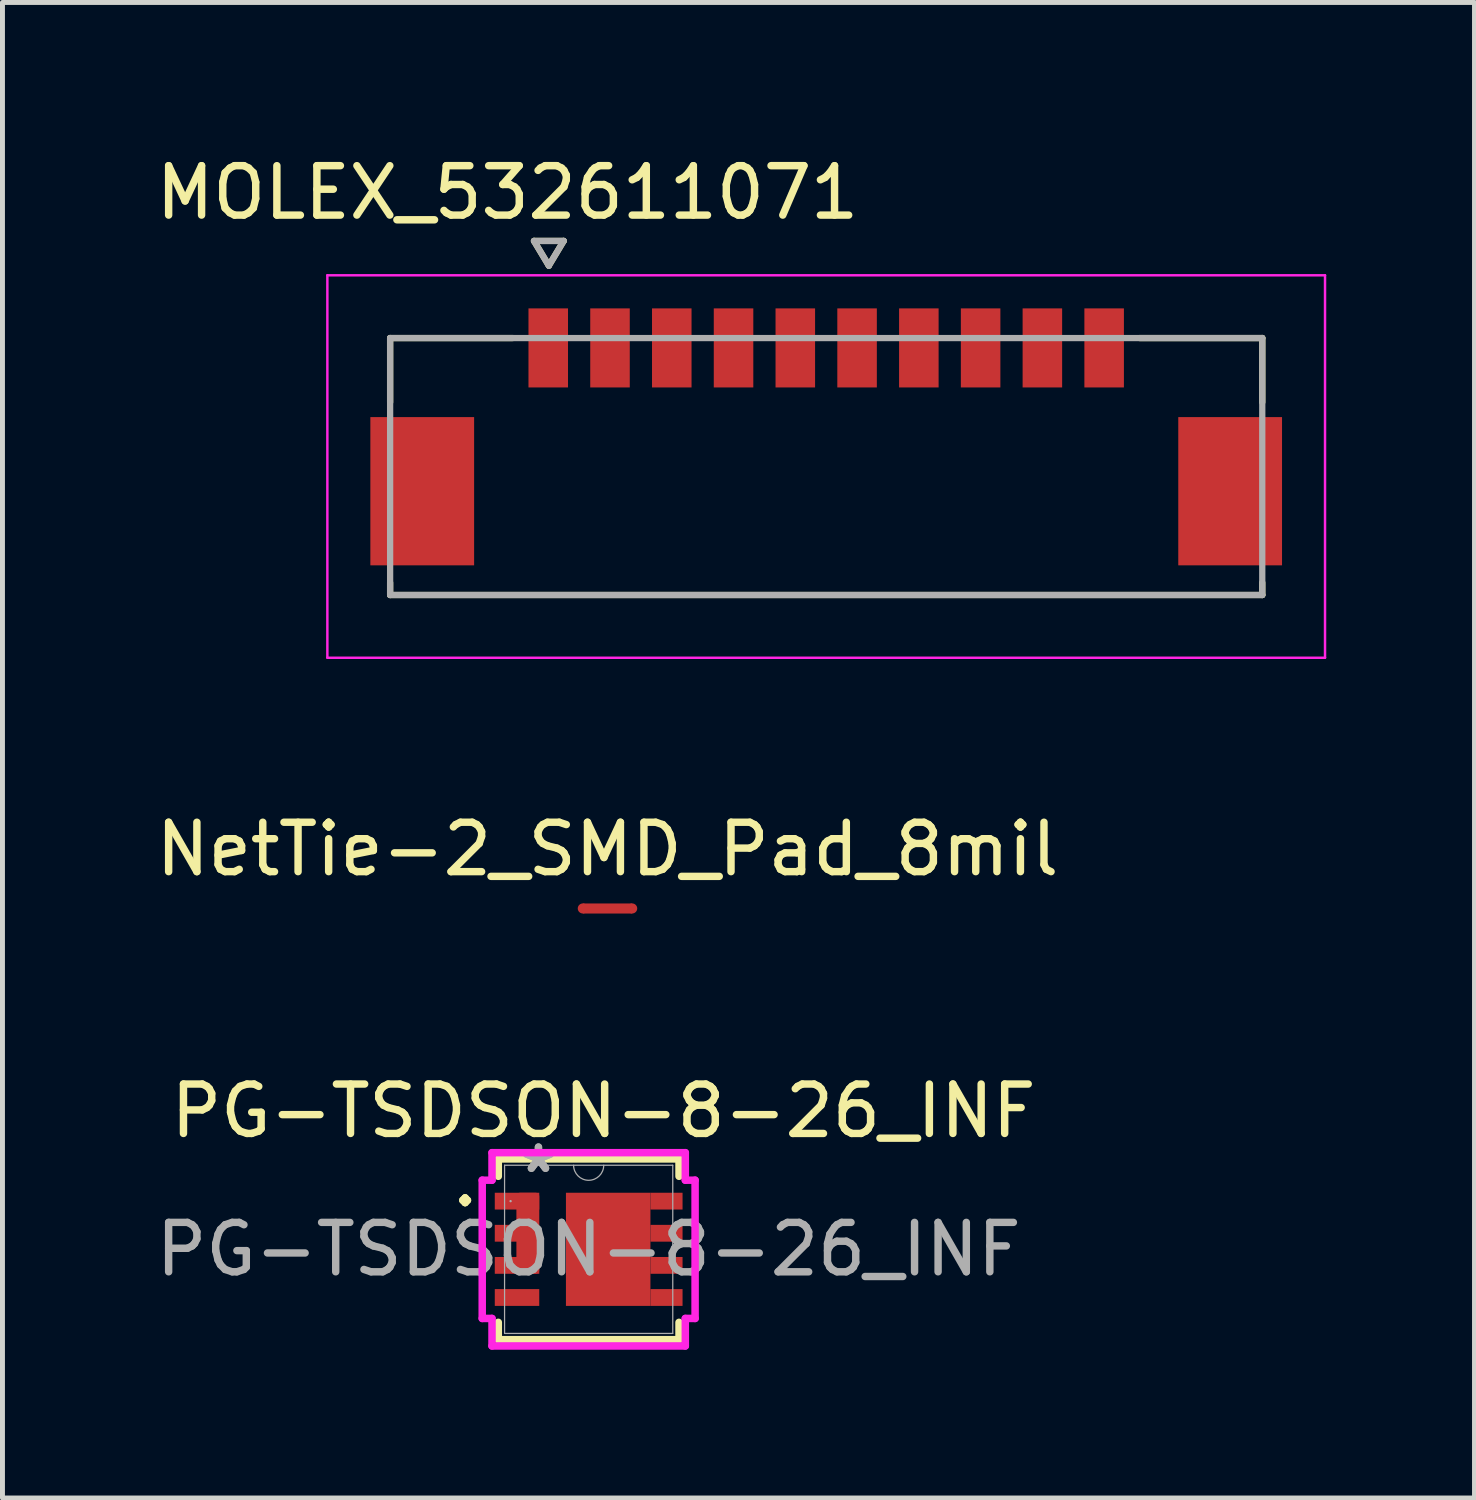
<source format=kicad_pcb>
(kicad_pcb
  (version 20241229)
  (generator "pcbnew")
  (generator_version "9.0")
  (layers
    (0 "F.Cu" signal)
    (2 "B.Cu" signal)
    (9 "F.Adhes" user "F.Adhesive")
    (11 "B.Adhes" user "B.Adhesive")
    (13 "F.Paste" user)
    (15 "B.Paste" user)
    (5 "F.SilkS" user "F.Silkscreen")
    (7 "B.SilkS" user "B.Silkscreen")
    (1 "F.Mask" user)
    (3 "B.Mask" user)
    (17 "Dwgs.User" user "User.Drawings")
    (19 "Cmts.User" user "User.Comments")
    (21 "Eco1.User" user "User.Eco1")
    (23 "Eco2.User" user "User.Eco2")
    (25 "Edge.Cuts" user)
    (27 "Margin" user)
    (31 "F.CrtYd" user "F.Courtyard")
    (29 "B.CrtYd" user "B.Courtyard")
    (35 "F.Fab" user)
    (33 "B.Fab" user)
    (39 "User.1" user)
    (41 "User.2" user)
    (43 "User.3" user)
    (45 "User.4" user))
  (footprint "NetTie-2_SMD_Pad_8mil"
    (layer "F.Cu")
    (at 9.244 15.335)
    (property "Reference" "NetTie-2_SMD_Pad_8mil" (at 0 -1.2 0) (layer "F.SilkS") (effects (font (size 1 1) (thickness 0.15))))
    (attr exclude_from_pos_files exclude_from_bom allow_missing_courtyard)
    (fp_poly (pts (xy -0.5 -0.101) (xy 0.5 -0.101) (xy 0.501 0.103) (xy -0.499 0.103)) (stroke (width 0) (type solid)) (fill yes) (layer "F.Cu"))
    (pad "1" smd circle (at -0.5 0) (size 0.203 0.203) (layers "F.Cu"))
    (pad "2" smd circle (at 0.5 0) (size 0.203 0.203) (layers "F.Cu")))
  (footprint "MOLEX_532611071"
    (layer "F.Cu")
    (at 13.67 6.391)
    (property "Reference" "MOLEX_532611071" (at -6.45 -5.543 0) (layer "F.SilkS") (effects (font (size 1 1) (thickness 0.15))))
    (attr smd)
    (fp_poly (pts (xy -9.301 -1.076) (xy -7.049 -1.076) (xy -7.049 2.076) (xy -9.301 2.076)) (stroke (width 0.01) (type solid)) (fill yes) (layer "F.Mask"))
    (fp_poly (pts (xy -6.101 -3.276) (xy -5.149 -3.276) (xy -5.149 -1.524) (xy -6.101 -1.524)) (stroke (width 0.01) (type solid)) (fill yes) (layer "F.Mask"))
    (fp_poly (pts (xy -4.851 -3.276) (xy -3.899 -3.276) (xy -3.899 -1.524) (xy -4.851 -1.524)) (stroke (width 0.01) (type solid)) (fill yes) (layer "F.Mask"))
    (fp_poly (pts (xy -3.601 -3.276) (xy -2.649 -3.276) (xy -2.649 -1.524) (xy -3.601 -1.524)) (stroke (width 0.01) (type solid)) (fill yes) (layer "F.Mask"))
    (fp_poly (pts (xy -2.351 -3.276) (xy -1.399 -3.276) (xy -1.399 -1.524) (xy -2.351 -1.524)) (stroke (width 0.01) (type solid)) (fill yes) (layer "F.Mask"))
    (fp_poly (pts (xy -1.101 -3.276) (xy -0.149 -3.276) (xy -0.149 -1.524) (xy -1.101 -1.524)) (stroke (width 0.01) (type solid)) (fill yes) (layer "F.Mask"))
    (fp_poly (pts (xy 0.149 -3.276) (xy 1.101 -3.276) (xy 1.101 -1.524) (xy 0.149 -1.524)) (stroke (width 0.01) (type solid)) (fill yes) (layer "F.Mask"))
    (fp_poly (pts (xy 1.399 -3.276) (xy 2.351 -3.276) (xy 2.351 -1.524) (xy 1.399 -1.524)) (stroke (width 0.01) (type solid)) (fill yes) (layer "F.Mask"))
    (fp_poly (pts (xy 2.649 -3.276) (xy 3.601 -3.276) (xy 3.601 -1.524) (xy 2.649 -1.524)) (stroke (width 0.01) (type solid)) (fill yes) (layer "F.Mask"))
    (fp_poly (pts (xy 3.899 -3.276) (xy 4.851 -3.276) (xy 4.851 -1.524) (xy 3.899 -1.524)) (stroke (width 0.01) (type solid)) (fill yes) (layer "F.Mask"))
    (fp_poly (pts (xy 5.149 -3.276) (xy 6.101 -3.276) (xy 6.101 -1.524) (xy 5.149 -1.524)) (stroke (width 0.01) (type solid)) (fill yes) (layer "F.Mask"))
    (fp_poly (pts (xy 7.049 -1.076) (xy 9.301 -1.076) (xy 9.301 2.076) (xy 7.049 2.076)) (stroke (width 0.01) (type solid)) (fill yes) (layer "F.Mask"))
    (fp_line (start -8.825 -2.6) (end -6.345 -2.6) (stroke (width 0.127) (type solid)) (layer "F.SilkS"))
    (fp_line (start -8.825 -1.3) (end -8.825 -2.6) (stroke (width 0.127) (type solid)) (layer "F.SilkS"))
    (fp_line (start -8.825 2.6) (end -8.825 2.35) (stroke (width 0.127) (type solid)) (layer "F.SilkS"))
    (fp_line (start -8.825 2.6) (end 8.825 2.6) (stroke (width 0.127) (type solid)) (layer "F.SilkS"))
    (fp_line (start -5.913 -4.565) (end -5.313 -4.565) (stroke (width 0.127) (type solid)) (layer "F.SilkS"))
    (fp_line (start -5.613 -4.065) (end -5.913 -4.565) (stroke (width 0.127) (type solid)) (layer "F.SilkS"))
    (fp_line (start -5.313 -4.565) (end -5.613 -4.065) (stroke (width 0.127) (type solid)) (layer "F.SilkS"))
    (fp_line (start 6.345 -2.6) (end 8.825 -2.6) (stroke (width 0.127) (type solid)) (layer "F.SilkS"))
    (fp_line (start 8.825 -2.6) (end 8.825 -1.3) (stroke (width 0.127) (type solid)) (layer "F.SilkS"))
    (fp_line (start 8.825 2.6) (end 8.825 2.35) (stroke (width 0.127) (type solid)) (layer "F.SilkS"))
    (fp_line (start -10.095 3.87) (end -10.095 -3.87) (stroke (width 0.05) (type solid)) (layer "F.CrtYd"))
    (fp_line (start 10.095 -3.87) (end -10.095 -3.87) (stroke (width 0.05) (type solid)) (layer "F.CrtYd"))
    (fp_line (start 10.095 -3.87) (end 10.095 3.87) (stroke (width 0.05) (type solid)) (layer "F.CrtYd"))
    (fp_line (start 10.095 3.87) (end -10.095 3.87) (stroke (width 0.05) (type solid)) (layer "F.CrtYd"))
    (fp_line (start -8.825 -2.6) (end 8.825 -2.6) (stroke (width 0.127) (type solid)) (layer "F.Fab"))
    (fp_line (start -8.825 2.6) (end -8.825 -2.6) (stroke (width 0.127) (type solid)) (layer "F.Fab"))
    (fp_line (start -5.913 -4.565) (end -5.313 -4.565) (stroke (width 0.127) (type solid)) (layer "F.Fab"))
    (fp_line (start -5.613 -4.065) (end -5.913 -4.565) (stroke (width 0.127) (type solid)) (layer "F.Fab"))
    (fp_line (start -5.313 -4.565) (end -5.613 -4.065) (stroke (width 0.127) (type solid)) (layer "F.Fab"))
    (fp_line (start 8.825 -2.6) (end 8.825 2.6) (stroke (width 0.127) (type solid)) (layer "F.Fab"))
    (fp_line (start 8.825 2.6) (end -8.825 2.6) (stroke (width 0.127) (type solid)) (layer "F.Fab"))
    (pad "1" smd rect (at -5.625 -2.4) (size 0.8 1.6) (layers "F.Cu" "F.Paste"))
    (pad "2" smd rect (at -4.375 -2.4) (size 0.8 1.6) (layers "F.Cu" "F.Paste"))
    (pad "3" smd rect (at -3.125 -2.4) (size 0.8 1.6) (layers "F.Cu" "F.Paste"))
    (pad "4" smd rect (at -1.875 -2.4) (size 0.8 1.6) (layers "F.Cu" "F.Paste"))
    (pad "5" smd rect (at -0.625 -2.4) (size 0.8 1.6) (layers "F.Cu" "F.Paste"))
    (pad "6" smd rect (at 0.625 -2.4) (size 0.8 1.6) (layers "F.Cu" "F.Paste"))
    (pad "7" smd rect (at 1.875 -2.4) (size 0.8 1.6) (layers "F.Cu" "F.Paste"))
    (pad "8" smd rect (at 3.125 -2.4) (size 0.8 1.6) (layers "F.Cu" "F.Paste"))
    (pad "9" smd rect (at 4.375 -2.4) (size 0.8 1.6) (layers "F.Cu" "F.Paste"))
    (pad "10" smd rect (at 5.625 -2.4) (size 0.8 1.6) (layers "F.Cu" "F.Paste"))
    (pad "MP" smd rect (at -8.175 0.5) (size 2.1 3) (layers "F.Cu" "F.Paste"))
    (pad "MP" smd rect (at 8.175 0.5) (size 2.1 3) (layers "F.Cu" "F.Paste")))
  (footprint "PG-TSDSON-8-26_INF"
    (layer "F.Cu")
    (at 8.863 22.233)
    (property "Reference" "PG-TSDSON-8-26_INF" (at 0.3 -2.8 0) (unlocked yes) (layer "F.SilkS") (effects (font (size 1 1) (thickness 0.15))))
    (attr smd)
    (fp_poly (pts (xy -1.9 0.805) (xy -1 0.805) (xy -1 1.145) (xy -1.9 1.145)) (stroke (width 0) (type solid)) (fill yes) (layer "F.Mask"))
    (fp_poly (pts (xy -1.9 -1.145) (xy -1 -1.145) (xy -1 0.495) (xy -1.9 0.495) (xy -1.9 0.155) (xy -1.45 0.155) (xy -1.45 -0.155) (xy -1.9 -0.155) (xy -1.9 -0.495) (xy -1.45 -0.495) (xy -1.45 -0.805) (xy -1.9 -0.805)) (stroke (width 0) (type solid)) (fill yes) (layer "F.Mask"))
    (fp_poly (pts (xy -0.46 -1.145) (xy 1.905 -1.145) (xy 1.9 -0.805) (xy 1.25 -0.805) (xy 1.25 -0.495) (xy 1.9 -0.495) (xy 1.9 -0.155) (xy 1.25 -0.155) (xy 1.25 0.155) (xy 1.9 0.155) (xy 1.9 0.495) (xy 1.25 0.495) (xy 1.25 0.805) (xy 1.9 0.805) (xy 1.9 1.145) (xy -0.46 1.145)) (stroke (width 0) (type solid)) (fill yes) (layer "F.Mask"))
    (fp_line (start -1.829 -1.829) (end 1.829 -1.829) (stroke (width 0.152) (type solid)) (layer "F.SilkS"))
    (fp_line (start -1.829 -1.478) (end -1.829 -1.829) (stroke (width 0.152) (type solid)) (layer "F.SilkS"))
    (fp_line (start -1.829 1.829) (end -1.829 1.478) (stroke (width 0.152) (type solid)) (layer "F.SilkS"))
    (fp_line (start 1.829 -1.829) (end 1.829 -1.478) (stroke (width 0.152) (type solid)) (layer "F.SilkS"))
    (fp_line (start 1.829 1.478) (end 1.829 1.829) (stroke (width 0.152) (type solid)) (layer "F.SilkS"))
    (fp_line (start 1.829 1.829) (end -1.829 1.829) (stroke (width 0.152) (type solid)) (layer "F.SilkS"))
    (fp_poly (pts (xy -1.85 -1.095) (xy -1.55 -1.095) (xy -1.55 -0.855) (xy -1.85 -0.855)) (stroke (width 0) (type solid)) (fill yes) (layer "F.Paste"))
    (fp_poly (pts (xy -1.85 0.855) (xy -1.15 0.855) (xy -1.15 1.095) (xy -1.85 1.095)) (stroke (width 0) (type solid)) (fill yes) (layer "F.Paste"))
    (fp_poly (pts (xy -1.55 -0.445) (xy -1.55 -0.205) (xy -1.85 -0.205) (xy -1.85 -0.445)) (stroke (width 0) (type solid)) (fill yes) (layer "F.Paste"))
    (fp_poly (pts (xy -1.55 0.445) (xy -1.55 0.205) (xy -1.85 0.205) (xy -1.85 0.445)) (stroke (width 0) (type solid)) (fill yes) (layer "F.Paste"))
    (fp_poly (pts (xy -1.4 -1.095) (xy -1.05 -1.095) (xy -1.05 -0.427) (xy -1.4 -0.427)) (stroke (width 0) (type solid)) (fill yes) (layer "F.Paste"))
    (fp_poly (pts (xy -1.05 -0.223) (xy -1.05 0.445) (xy -1.4 0.445) (xy -1.4 -0.223)) (stroke (width 0) (type solid)) (fill yes) (layer "F.Paste"))
    (fp_poly (pts (xy -0.35 -1.095) (xy 1.05 -1.095) (xy 1.05 -0.855) (xy -0.35 -0.855)) (stroke (width 0) (type solid)) (fill yes) (layer "F.Paste"))
    (fp_poly (pts (xy -0.35 -0.545) (xy 1.05 -0.545) (xy 1.05 0.545) (xy -0.35 0.545)) (stroke (width 0) (type solid)) (fill yes) (layer "F.Paste"))
    (fp_poly (pts (xy -0.35 0.855) (xy 1.05 0.855) (xy 1.05 1.095) (xy -0.35 1.095)) (stroke (width 0) (type solid)) (fill yes) (layer "F.Paste"))
    (fp_poly (pts (xy 1.25 -1.095) (xy 1.85 -1.095) (xy 1.85 -0.855) (xy 1.25 -0.855)) (stroke (width 0) (type solid)) (fill yes) (layer "F.Paste"))
    (fp_poly (pts (xy 1.25 -0.445) (xy 1.85 -0.445) (xy 1.85 -0.205) (xy 1.25 -0.205)) (stroke (width 0) (type solid)) (fill yes) (layer "F.Paste"))
    (fp_poly (pts (xy 1.25 0.205) (xy 1.85 0.205) (xy 1.85 0.445) (xy 1.25 0.445)) (stroke (width 0) (type solid)) (fill yes) (layer "F.Paste"))
    (fp_poly (pts (xy 1.25 0.855) (xy 1.85 0.855) (xy 1.85 1.095) (xy 1.25 1.095)) (stroke (width 0) (type solid)) (fill yes) (layer "F.Paste"))
    (fp_line (start -2.154 -1.399) (end -2.154 1.399) (stroke (width 0.152) (type solid)) (layer "F.CrtYd"))
    (fp_line (start -2.154 1.399) (end -1.956 1.399) (stroke (width 0.152) (type solid)) (layer "F.CrtYd"))
    (fp_line (start -1.956 -1.956) (end -1.956 -1.399) (stroke (width 0.152) (type solid)) (layer "F.CrtYd"))
    (fp_line (start -1.956 -1.399) (end -2.154 -1.399) (stroke (width 0.152) (type solid)) (layer "F.CrtYd"))
    (fp_line (start -1.956 1.399) (end -1.956 1.956) (stroke (width 0.152) (type solid)) (layer "F.CrtYd"))
    (fp_line (start -1.956 1.956) (end 1.956 1.956) (stroke (width 0.152) (type solid)) (layer "F.CrtYd"))
    (fp_line (start 1.956 -1.956) (end -1.956 -1.956) (stroke (width 0.152) (type solid)) (layer "F.CrtYd"))
    (fp_line (start 1.956 -1.399) (end 1.956 -1.956) (stroke (width 0.152) (type solid)) (layer "F.CrtYd"))
    (fp_line (start 1.956 1.399) (end 2.154 1.399) (stroke (width 0.152) (type solid)) (layer "F.CrtYd"))
    (fp_line (start 1.956 1.956) (end 1.956 1.399) (stroke (width 0.152) (type solid)) (layer "F.CrtYd"))
    (fp_line (start 2.154 -1.399) (end 1.956 -1.399) (stroke (width 0.152) (type solid)) (layer "F.CrtYd"))
    (fp_line (start 2.154 1.399) (end 2.154 -1.399) (stroke (width 0.152) (type solid)) (layer "F.CrtYd"))
    (fp_line (start -1.702 -1.702) (end -1.702 1.702) (stroke (width 0.025) (type solid)) (layer "F.Fab"))
    (fp_line (start -1.702 1.702) (end 1.702 1.702) (stroke (width 0.025) (type solid)) (layer "F.Fab"))
    (fp_line (start 1.702 -1.702) (end -1.702 -1.702) (stroke (width 0.025) (type solid)) (layer "F.Fab"))
    (fp_line (start 1.702 1.702) (end 1.702 -1.702) (stroke (width 0.025) (type solid)) (layer "F.Fab"))
    (fp_arc (start 0.3048 -1.7018) (mid 0 -1.397) (end -0.3048 -1.7018) (stroke (width 0.0254) (type solid)) (layer "F.Fab"))
    (fp_circle (center -1.58 -0.975) (end -1.58 -0.975) (stroke (width 0.025) (type solid)) (fill no) (layer "F.Fab"))
    (fp_text user "." (at -2.5 -1.4 0) (layer "F.SilkS") (effects (font (size 1 1) (thickness 0.15))))
    (fp_text user "${REFERENCE}" (at 0 0 0) (unlocked yes) (layer "F.Fab") (effects (font (size 1 1) (thickness 0.15))))
    (fp_text user "*" (at -1.016 -1.524 0) (unlocked yes) (layer "F.Fab") (effects (font (size 1 1) (thickness 0.15))))
    (fp_text user "*" (at -1.016 -1.524 0) (layer "F.Fab") (effects (font (size 1 1) (thickness 0.15))))
    (pad "1" smd rect (at -1.45 -0.975) (size 0.9 0.34) (layers "F.Cu"))
    (pad "1" smd rect (at -1.45 -0.325) (size 0.9 0.34) (layers "F.Cu"))
    (pad "1" smd rect (at -1.45 0.325) (size 0.9 0.34) (layers "F.Cu"))
    (pad "1" smd roundrect (at -1.231 -0.325 90) (size 1.64 0.463) (layers "F.Cu" "F.Mask" "F.Paste") (roundrect_rratio 0.15))
    (pad "2" smd rect (at -1.45 0.975) (size 0.9 0.34) (layers "F.Cu"))
    (pad "3" smd rect (at 0.395 0.000001 90) (size 2.29 1.71) (layers "F.Cu" "F.Mask"))
    (pad "3" smd rect (at 1.575 -0.975) (size 0.65 0.34) (layers "F.Cu"))
    (pad "3" smd rect (at 1.575 -0.325) (size 0.65 0.34) (layers "F.Cu"))
    (pad "3" smd rect (at 1.575 0.325) (size 0.65 0.34) (layers "F.Cu"))
    (pad "3" smd rect (at 1.575 0.975) (size 0.65 0.34) (layers "F.Cu")))
  (gr_rect
    (start -3 -3)
    (end 26.79 27.265)
    (stroke (width 0.1) (type default))
    (fill no)
    (layer "Edge.Cuts")))
</source>
